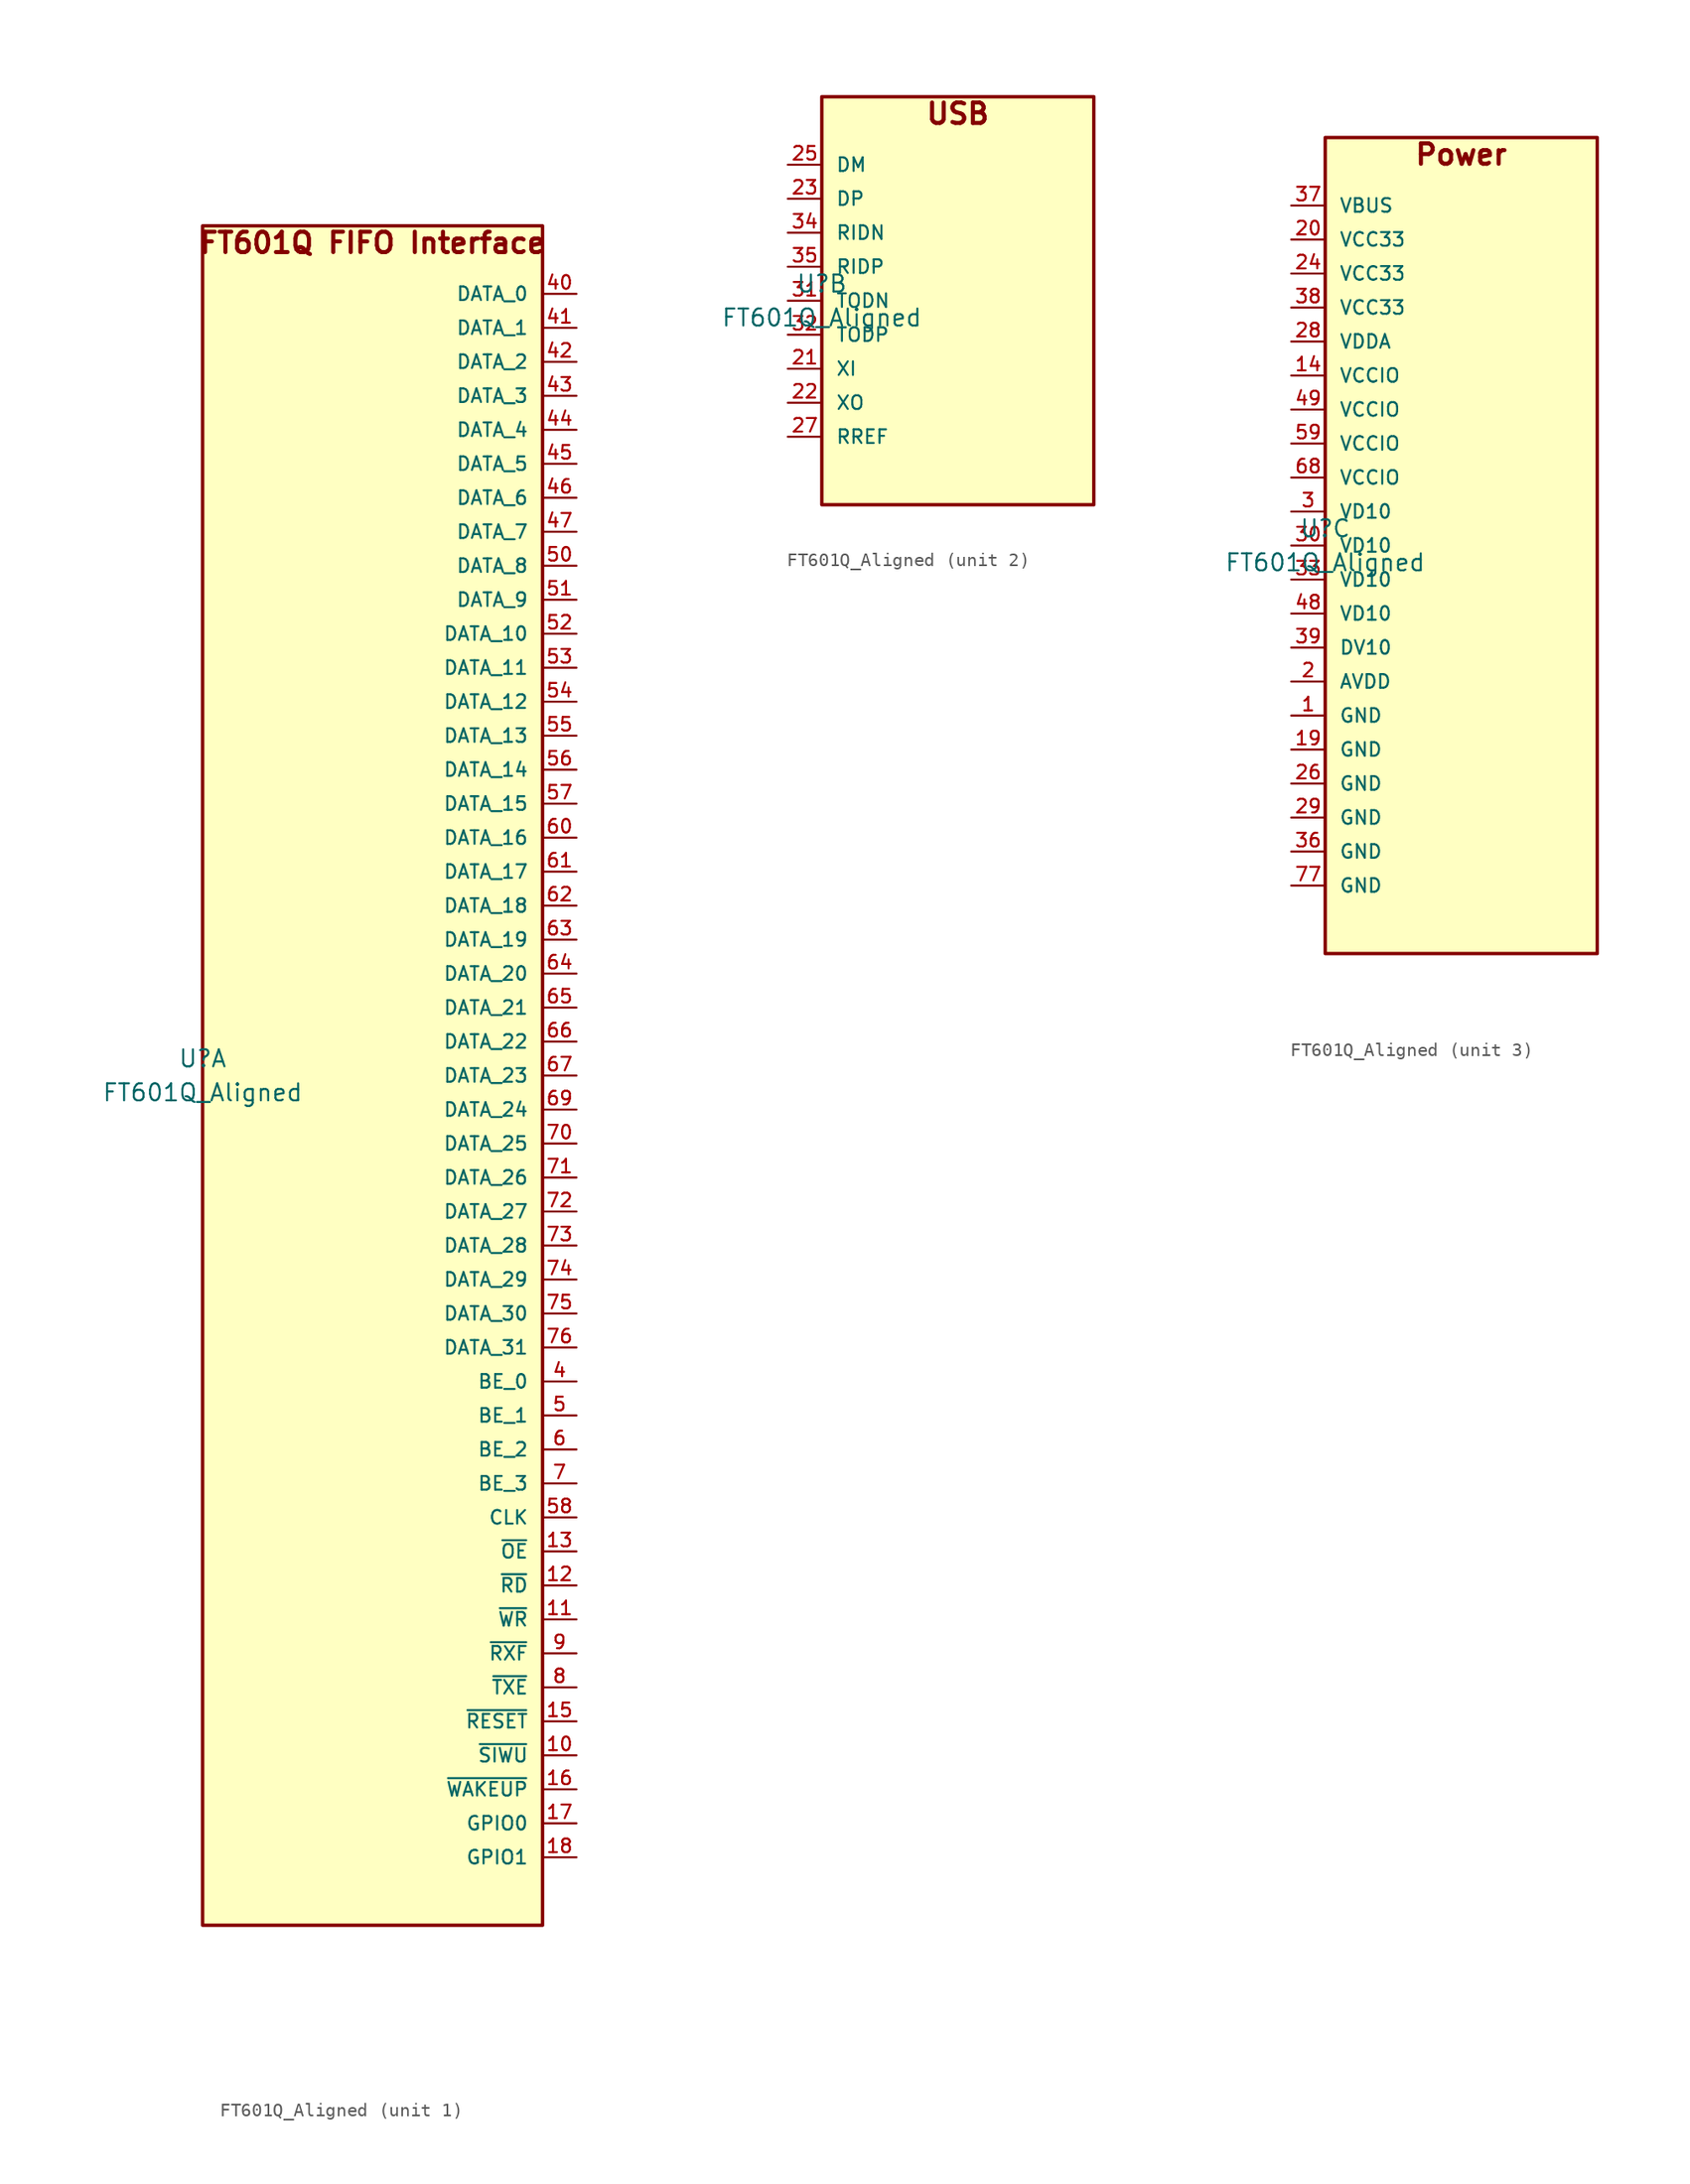
<source format=kicad_sym>
(kicad_symbol_lib
  (version 20231120)
  (generator "kicad_symbol_editor")
  (generator_version "8.0")
  (symbol "FT601Q_Aligned"
    (pin_names
      (offset 1.016))
    (property "Reference" "U"
      (at 0 1.27 0)
      (effects (font (size 1.27 1.27))))
    (property "Value" "FT601Q_Aligned"
      (at 0 -1.27 0)
      (effects (font (size 1.27 1.27))))
    (symbol "FT601Q_Aligned_1_1"
      (rectangle (start 0 63.50) (end 25.40 -63.50) (stroke (width 0.254) (type default)) (fill (type background)))
      (text "FT601Q FIFO Interface" (at 12.70 62.23 0) (effects (font (size 1.524 1.524) bold)))
      (pin bidirectional line (at 27.94 58.42 180) (length 2.54) (name "DATA_0" (effects (font (size 1.016 1.016)))) (number "40" (effects (font (size 1.016 1.016)))))
      (pin bidirectional line (at 27.94 55.88 180) (length 2.54) (name "DATA_1" (effects (font (size 1.016 1.016)))) (number "41" (effects (font (size 1.016 1.016)))))
      (pin bidirectional line (at 27.94 53.34 180) (length 2.54) (name "DATA_2" (effects (font (size 1.016 1.016)))) (number "42" (effects (font (size 1.016 1.016)))))
      (pin bidirectional line (at 27.94 50.80 180) (length 2.54) (name "DATA_3" (effects (font (size 1.016 1.016)))) (number "43" (effects (font (size 1.016 1.016)))))
      (pin bidirectional line (at 27.94 48.26 180) (length 2.54) (name "DATA_4" (effects (font (size 1.016 1.016)))) (number "44" (effects (font (size 1.016 1.016)))))
      (pin bidirectional line (at 27.94 45.72 180) (length 2.54) (name "DATA_5" (effects (font (size 1.016 1.016)))) (number "45" (effects (font (size 1.016 1.016)))))
      (pin bidirectional line (at 27.94 43.18 180) (length 2.54) (name "DATA_6" (effects (font (size 1.016 1.016)))) (number "46" (effects (font (size 1.016 1.016)))))
      (pin bidirectional line (at 27.94 40.64 180) (length 2.54) (name "DATA_7" (effects (font (size 1.016 1.016)))) (number "47" (effects (font (size 1.016 1.016)))))
      (pin bidirectional line (at 27.94 38.10 180) (length 2.54) (name "DATA_8" (effects (font (size 1.016 1.016)))) (number "50" (effects (font (size 1.016 1.016)))))
      (pin bidirectional line (at 27.94 35.56 180) (length 2.54) (name "DATA_9" (effects (font (size 1.016 1.016)))) (number "51" (effects (font (size 1.016 1.016)))))
      (pin bidirectional line (at 27.94 33.02 180) (length 2.54) (name "DATA_10" (effects (font (size 1.016 1.016)))) (number "52" (effects (font (size 1.016 1.016)))))
      (pin bidirectional line (at 27.94 30.48 180) (length 2.54) (name "DATA_11" (effects (font (size 1.016 1.016)))) (number "53" (effects (font (size 1.016 1.016)))))
      (pin bidirectional line (at 27.94 27.94 180) (length 2.54) (name "DATA_12" (effects (font (size 1.016 1.016)))) (number "54" (effects (font (size 1.016 1.016)))))
      (pin bidirectional line (at 27.94 25.40 180) (length 2.54) (name "DATA_13" (effects (font (size 1.016 1.016)))) (number "55" (effects (font (size 1.016 1.016)))))
      (pin bidirectional line (at 27.94 22.86 180) (length 2.54) (name "DATA_14" (effects (font (size 1.016 1.016)))) (number "56" (effects (font (size 1.016 1.016)))))
      (pin bidirectional line (at 27.94 20.32 180) (length 2.54) (name "DATA_15" (effects (font (size 1.016 1.016)))) (number "57" (effects (font (size 1.016 1.016)))))
      (pin bidirectional line (at 27.94 17.78 180) (length 2.54) (name "DATA_16" (effects (font (size 1.016 1.016)))) (number "60" (effects (font (size 1.016 1.016)))))
      (pin bidirectional line (at 27.94 15.24 180) (length 2.54) (name "DATA_17" (effects (font (size 1.016 1.016)))) (number "61" (effects (font (size 1.016 1.016)))))
      (pin bidirectional line (at 27.94 12.70 180) (length 2.54) (name "DATA_18" (effects (font (size 1.016 1.016)))) (number "62" (effects (font (size 1.016 1.016)))))
      (pin bidirectional line (at 27.94 10.16 180) (length 2.54) (name "DATA_19" (effects (font (size 1.016 1.016)))) (number "63" (effects (font (size 1.016 1.016)))))
      (pin bidirectional line (at 27.94 7.62 180) (length 2.54) (name "DATA_20" (effects (font (size 1.016 1.016)))) (number "64" (effects (font (size 1.016 1.016)))))
      (pin bidirectional line (at 27.94 5.08 180) (length 2.54) (name "DATA_21" (effects (font (size 1.016 1.016)))) (number "65" (effects (font (size 1.016 1.016)))))
      (pin bidirectional line (at 27.94 2.54 180) (length 2.54) (name "DATA_22" (effects (font (size 1.016 1.016)))) (number "66" (effects (font (size 1.016 1.016)))))
      (pin bidirectional line (at 27.94 0.00 180) (length 2.54) (name "DATA_23" (effects (font (size 1.016 1.016)))) (number "67" (effects (font (size 1.016 1.016)))))
      (pin bidirectional line (at 27.94 -2.54 180) (length 2.54) (name "DATA_24" (effects (font (size 1.016 1.016)))) (number "69" (effects (font (size 1.016 1.016)))))
      (pin bidirectional line (at 27.94 -5.08 180) (length 2.54) (name "DATA_25" (effects (font (size 1.016 1.016)))) (number "70" (effects (font (size 1.016 1.016)))))
      (pin bidirectional line (at 27.94 -7.62 180) (length 2.54) (name "DATA_26" (effects (font (size 1.016 1.016)))) (number "71" (effects (font (size 1.016 1.016)))))
      (pin bidirectional line (at 27.94 -10.16 180) (length 2.54) (name "DATA_27" (effects (font (size 1.016 1.016)))) (number "72" (effects (font (size 1.016 1.016)))))
      (pin bidirectional line (at 27.94 -12.70 180) (length 2.54) (name "DATA_28" (effects (font (size 1.016 1.016)))) (number "73" (effects (font (size 1.016 1.016)))))
      (pin bidirectional line (at 27.94 -15.24 180) (length 2.54) (name "DATA_29" (effects (font (size 1.016 1.016)))) (number "74" (effects (font (size 1.016 1.016)))))
      (pin bidirectional line (at 27.94 -17.78 180) (length 2.54) (name "DATA_30" (effects (font (size 1.016 1.016)))) (number "75" (effects (font (size 1.016 1.016)))))
      (pin bidirectional line (at 27.94 -20.32 180) (length 2.54) (name "DATA_31" (effects (font (size 1.016 1.016)))) (number "76" (effects (font (size 1.016 1.016)))))
      (pin bidirectional line (at 27.94 -22.86 180) (length 2.54) (name "BE_0" (effects (font (size 1.016 1.016)))) (number "4" (effects (font (size 1.016 1.016)))))
      (pin bidirectional line (at 27.94 -25.40 180) (length 2.54) (name "BE_1" (effects (font (size 1.016 1.016)))) (number "5" (effects (font (size 1.016 1.016)))))
      (pin bidirectional line (at 27.94 -27.94 180) (length 2.54) (name "BE_2" (effects (font (size 1.016 1.016)))) (number "6" (effects (font (size 1.016 1.016)))))
      (pin bidirectional line (at 27.94 -30.48 180) (length 2.54) (name "BE_3" (effects (font (size 1.016 1.016)))) (number "7" (effects (font (size 1.016 1.016)))))
      (pin output line (at 27.94 -33.02 180) (length 2.54) (name "CLK" (effects (font (size 1.016 1.016)))) (number "58" (effects (font (size 1.016 1.016)))))
      (pin input line (at 27.94 -35.56 180) (length 2.54) (name "~{OE}" (effects (font (size 1.016 1.016)))) (number "13" (effects (font (size 1.016 1.016)))))
      (pin input line (at 27.94 -38.10 180) (length 2.54) (name "~{RD}" (effects (font (size 1.016 1.016)))) (number "12" (effects (font (size 1.016 1.016)))))
      (pin input line (at 27.94 -40.64 180) (length 2.54) (name "~{WR}" (effects (font (size 1.016 1.016)))) (number "11" (effects (font (size 1.016 1.016)))))
      (pin output line (at 27.94 -43.18 180) (length 2.54) (name "~{RXF}" (effects (font (size 1.016 1.016)))) (number "9" (effects (font (size 1.016 1.016)))))
      (pin output line (at 27.94 -45.72 180) (length 2.54) (name "~{TXE}" (effects (font (size 1.016 1.016)))) (number "8" (effects (font (size 1.016 1.016)))))
      (pin input line (at 27.94 -48.26 180) (length 2.54) (name "~{RESET}" (effects (font (size 1.016 1.016)))) (number "15" (effects (font (size 1.016 1.016)))))
      (pin input line (at 27.94 -50.80 180) (length 2.54) (name "~{SIWU}" (effects (font (size 1.016 1.016)))) (number "10" (effects (font (size 1.016 1.016)))))
      (pin bidirectional line (at 27.94 -53.34 180) (length 2.54) (name "~{WAKEUP}" (effects (font (size 1.016 1.016)))) (number "16" (effects (font (size 1.016 1.016)))))
      (pin bidirectional line (at 27.94 -55.88 180) (length 2.54) (name "GPIO0" (effects (font (size 1.016 1.016)))) (number "17" (effects (font (size 1.016 1.016)))))
      (pin bidirectional line (at 27.94 -58.42 180) (length 2.54) (name "GPIO1" (effects (font (size 1.016 1.016)))) (number "18" (effects (font (size 1.016 1.016))))))
    (symbol "FT601Q_Aligned_2_1"
      (rectangle (start 0 15.24) (end 20.32 -15.24) (stroke (width 0.254) (type default)) (fill (type background)))
      (text "USB" (at 10.16 13.97 0) (effects (font (size 1.524 1.524) bold)))
      (pin bidirectional line (at -2.54 10.16 0) (length 2.54) (name "DM" (effects (font (size 1.016 1.016)))) (number "25" (effects (font (size 1.016 1.016)))))
      (pin bidirectional line (at -2.54 7.62 0) (length 2.54) (name "DP" (effects (font (size 1.016 1.016)))) (number "23" (effects (font (size 1.016 1.016)))))
      (pin input line (at -2.54 5.08 0) (length 2.54) (name "RIDN" (effects (font (size 1.016 1.016)))) (number "34" (effects (font (size 1.016 1.016)))))
      (pin input line (at -2.54 2.54 0) (length 2.54) (name "RIDP" (effects (font (size 1.016 1.016)))) (number "35" (effects (font (size 1.016 1.016)))))
      (pin output line (at -2.54 0.00 0) (length 2.54) (name "TODN" (effects (font (size 1.016 1.016)))) (number "31" (effects (font (size 1.016 1.016)))))
      (pin output line (at -2.54 -2.54 0) (length 2.54) (name "TODP" (effects (font (size 1.016 1.016)))) (number "32" (effects (font (size 1.016 1.016)))))
      (pin input line (at -2.54 -5.08 0) (length 2.54) (name "XI" (effects (font (size 1.016 1.016)))) (number "21" (effects (font (size 1.016 1.016)))))
      (pin output line (at -2.54 -7.62 0) (length 2.54) (name "XO" (effects (font (size 1.016 1.016)))) (number "22" (effects (font (size 1.016 1.016)))))
      (pin input line (at -2.54 -10.16 0) (length 2.54) (name "RREF" (effects (font (size 1.016 1.016)))) (number "27" (effects (font (size 1.016 1.016))))))
    (symbol "FT601Q_Aligned_3_1"
      (rectangle (start 0 30.48) (end 20.32 -30.48) (stroke (width 0.254) (type default)) (fill (type background)))
      (text "Power" (at 10.16 29.21 0) (effects (font (size 1.524 1.524) bold)))
      (pin power_in line (at -2.54 25.40 0) (length 2.54) (name "VBUS" (effects (font (size 1.016 1.016)))) (number "37" (effects (font (size 1.016 1.016)))))
      (pin power_in line (at -2.54 22.86 0) (length 2.54) (name "VCC33" (effects (font (size 1.016 1.016)))) (number "20" (effects (font (size 1.016 1.016)))))
      (pin passive line (at -2.54 20.32 0) (length 2.54) (name "VCC33" (effects (font (size 1.016 1.016)))) (number "24" (effects (font (size 1.016 1.016)))))
      (pin passive line (at -2.54 17.78 0) (length 2.54) (name "VCC33" (effects (font (size 1.016 1.016)))) (number "38" (effects (font (size 1.016 1.016)))))
      (pin power_in line (at -2.54 15.24 0) (length 2.54) (name "VDDA" (effects (font (size 1.016 1.016)))) (number "28" (effects (font (size 1.016 1.016)))))
      (pin power_in line (at -2.54 12.70 0) (length 2.54) (name "VCCIO" (effects (font (size 1.016 1.016)))) (number "14" (effects (font (size 1.016 1.016)))))
      (pin passive line (at -2.54 10.16 0) (length 2.54) (name "VCCIO" (effects (font (size 1.016 1.016)))) (number "49" (effects (font (size 1.016 1.016)))))
      (pin passive line (at -2.54 7.62 0) (length 2.54) (name "VCCIO" (effects (font (size 1.016 1.016)))) (number "59" (effects (font (size 1.016 1.016)))))
      (pin passive line (at -2.54 5.08 0) (length 2.54) (name "VCCIO" (effects (font (size 1.016 1.016)))) (number "68" (effects (font (size 1.016 1.016)))))
      (pin power_in line (at -2.54 2.54 0) (length 2.54) (name "VD10" (effects (font (size 1.016 1.016)))) (number "3" (effects (font (size 1.016 1.016)))))
      (pin passive line (at -2.54 0.00 0) (length 2.54) (name "VD10" (effects (font (size 1.016 1.016)))) (number "30" (effects (font (size 1.016 1.016)))))
      (pin passive line (at -2.54 -2.54 0) (length 2.54) (name "VD10" (effects (font (size 1.016 1.016)))) (number "33" (effects (font (size 1.016 1.016)))))
      (pin passive line (at -2.54 -5.08 0) (length 2.54) (name "VD10" (effects (font (size 1.016 1.016)))) (number "48" (effects (font (size 1.016 1.016)))))
      (pin power_out line (at -2.54 -7.62 0) (length 2.54) (name "DV10" (effects (font (size 1.016 1.016)))) (number "39" (effects (font (size 1.016 1.016)))))
      (pin power_in line (at -2.54 -10.16 0) (length 2.54) (name "AVDD" (effects (font (size 1.016 1.016)))) (number "2" (effects (font (size 1.016 1.016)))))
      (pin power_in line (at -2.54 -12.70 0) (length 2.54) (name "GND" (effects (font (size 1.016 1.016)))) (number "1" (effects (font (size 1.016 1.016)))))
      (pin passive line (at -2.54 -15.24 0) (length 2.54) (name "GND" (effects (font (size 1.016 1.016)))) (number "19" (effects (font (size 1.016 1.016)))))
      (pin passive line (at -2.54 -17.78 0) (length 2.54) (name "GND" (effects (font (size 1.016 1.016)))) (number "26" (effects (font (size 1.016 1.016)))))
      (pin passive line (at -2.54 -20.32 0) (length 2.54) (name "GND" (effects (font (size 1.016 1.016)))) (number "29" (effects (font (size 1.016 1.016)))))
      (pin passive line (at -2.54 -22.86 0) (length 2.54) (name "GND" (effects (font (size 1.016 1.016)))) (number "36" (effects (font (size 1.016 1.016)))))
      (pin passive line (at -2.54 -25.40 0) (length 2.54) (name "GND" (effects (font (size 1.016 1.016)))) (number "77" (effects (font (size 1.016 1.016))))))))
</source>
